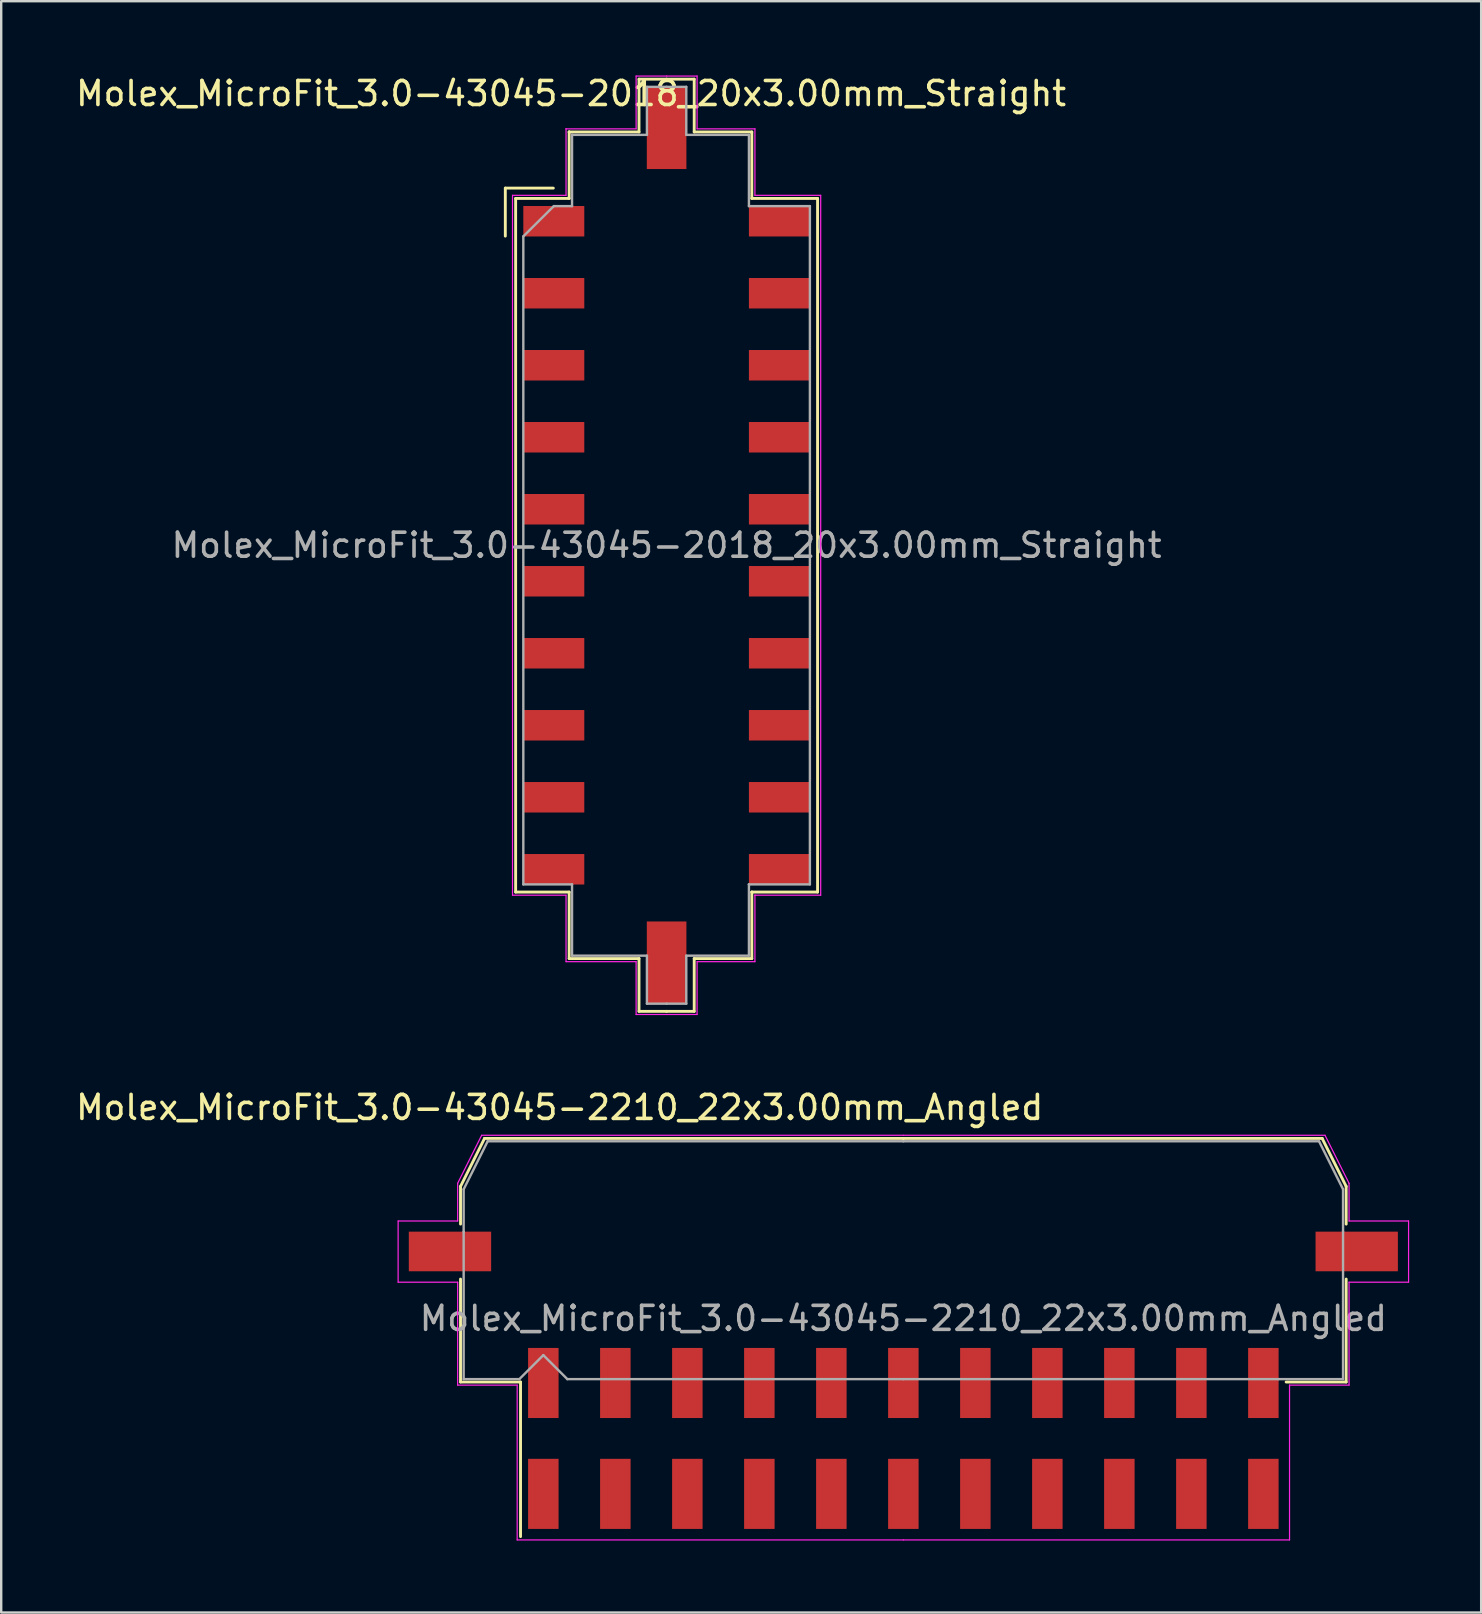
<source format=kicad_pcb>
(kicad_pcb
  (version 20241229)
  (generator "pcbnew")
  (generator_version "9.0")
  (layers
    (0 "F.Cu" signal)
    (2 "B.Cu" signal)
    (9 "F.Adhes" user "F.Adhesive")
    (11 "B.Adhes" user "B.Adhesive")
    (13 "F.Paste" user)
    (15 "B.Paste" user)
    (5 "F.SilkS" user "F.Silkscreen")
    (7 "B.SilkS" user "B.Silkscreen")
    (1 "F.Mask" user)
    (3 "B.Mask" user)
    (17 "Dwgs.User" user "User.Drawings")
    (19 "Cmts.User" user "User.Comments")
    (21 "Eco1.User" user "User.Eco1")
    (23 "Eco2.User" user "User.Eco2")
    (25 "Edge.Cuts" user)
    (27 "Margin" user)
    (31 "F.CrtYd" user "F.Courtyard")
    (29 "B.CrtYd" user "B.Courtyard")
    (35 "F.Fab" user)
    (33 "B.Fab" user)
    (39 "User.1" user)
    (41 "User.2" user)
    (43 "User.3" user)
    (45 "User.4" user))
  (footprint "Molex_MicroFit_3.0-43045-2018_20x3.00mm_Straight"
    (layer "F.Cu")
    (at 24.724 19.668)
    (property "Reference" "Molex_MicroFit_3.0-43045-2018_20x3.00mm_Straight" (at -3.98 -18.82 0) (layer "F.SilkS") (effects (font (size 1 1) (thickness 0.15))))
    (attr smd)
    (fp_line (start -6.72 -14.88) (end -6.72 -12.88) (stroke (width 0.12) (type solid)) (layer "F.SilkS"))
    (fp_line (start -6.29 -14.45) (end -4.06 -14.45) (stroke (width 0.12) (type solid)) (layer "F.SilkS"))
    (fp_line (start -6.29 14.45) (end -6.29 -14.45) (stroke (width 0.12) (type solid)) (layer "F.SilkS"))
    (fp_line (start -4.72 -14.88) (end -6.72 -14.88) (stroke (width 0.12) (type solid)) (layer "F.SilkS"))
    (fp_line (start -4.06 -17.22) (end -4.06 -17.22) (stroke (width 0.12) (type solid)) (layer "F.SilkS"))
    (fp_line (start -4.06 -17.22) (end -1.15 -17.22) (stroke (width 0.12) (type solid)) (layer "F.SilkS"))
    (fp_line (start -4.06 -14.45) (end -4.06 -17.22) (stroke (width 0.12) (type solid)) (layer "F.SilkS"))
    (fp_line (start -4.06 14.45) (end -6.29 14.45) (stroke (width 0.12) (type solid)) (layer "F.SilkS"))
    (fp_line (start -4.06 17.22) (end -4.06 14.45) (stroke (width 0.12) (type solid)) (layer "F.SilkS"))
    (fp_line (start -1.15 -19.42) (end 0 -19.42) (stroke (width 0.12) (type solid)) (layer "F.SilkS"))
    (fp_line (start -1.15 -17.22) (end -1.15 -19.42) (stroke (width 0.12) (type solid)) (layer "F.SilkS"))
    (fp_line (start -1.15 17.22) (end -4.06 17.22) (stroke (width 0.12) (type solid)) (layer "F.SilkS"))
    (fp_line (start -1.15 19.42) (end -1.15 17.22) (stroke (width 0.12) (type solid)) (layer "F.SilkS"))
    (fp_line (start 0 -19.42) (end 1.15 -19.42) (stroke (width 0.12) (type solid)) (layer "F.SilkS"))
    (fp_line (start 0 19.42) (end -1.15 19.42) (stroke (width 0.12) (type solid)) (layer "F.SilkS"))
    (fp_line (start 1.15 -19.42) (end 1.15 -17.22) (stroke (width 0.12) (type solid)) (layer "F.SilkS"))
    (fp_line (start 1.15 -17.22) (end 3.55 -17.22) (stroke (width 0.12) (type solid)) (layer "F.SilkS"))
    (fp_line (start 1.15 17.22) (end 1.15 19.42) (stroke (width 0.12) (type solid)) (layer "F.SilkS"))
    (fp_line (start 1.15 19.42) (end 0 19.42) (stroke (width 0.12) (type solid)) (layer "F.SilkS"))
    (fp_line (start 3.55 -17.22) (end 3.55 -14.45) (stroke (width 0.12) (type solid)) (layer "F.SilkS"))
    (fp_line (start 3.55 -14.45) (end 6.29 -14.45) (stroke (width 0.12) (type solid)) (layer "F.SilkS"))
    (fp_line (start 3.55 14.45) (end 3.55 14.45) (stroke (width 0.12) (type solid)) (layer "F.SilkS"))
    (fp_line (start 3.55 14.45) (end 3.55 17.22) (stroke (width 0.12) (type solid)) (layer "F.SilkS"))
    (fp_line (start 3.55 17.22) (end 1.15 17.22) (stroke (width 0.12) (type solid)) (layer "F.SilkS"))
    (fp_line (start 6.29 -14.45) (end 6.29 14.45) (stroke (width 0.12) (type solid)) (layer "F.SilkS"))
    (fp_line (start 6.29 14.45) (end 3.55 14.45) (stroke (width 0.12) (type solid)) (layer "F.SilkS"))
    (fp_line (start -6.42 -14.58) (end -4.19 -14.58) (stroke (width 0.05) (type solid)) (layer "F.CrtYd"))
    (fp_line (start -6.42 14.58) (end -6.42 -14.58) (stroke (width 0.05) (type solid)) (layer "F.CrtYd"))
    (fp_line (start -4.19 -17.35) (end -4.19 -17.35) (stroke (width 0.05) (type solid)) (layer "F.CrtYd"))
    (fp_line (start -4.19 -17.35) (end -1.27 -17.35) (stroke (width 0.05) (type solid)) (layer "F.CrtYd"))
    (fp_line (start -4.19 -14.58) (end -4.19 -17.35) (stroke (width 0.05) (type solid)) (layer "F.CrtYd"))
    (fp_line (start -4.19 14.58) (end -6.42 14.58) (stroke (width 0.05) (type solid)) (layer "F.CrtYd"))
    (fp_line (start -4.19 17.35) (end -4.19 14.58) (stroke (width 0.05) (type solid)) (layer "F.CrtYd"))
    (fp_line (start -1.27 -19.55) (end 0 -19.55) (stroke (width 0.05) (type solid)) (layer "F.CrtYd"))
    (fp_line (start -1.27 -17.35) (end -1.27 -19.55) (stroke (width 0.05) (type solid)) (layer "F.CrtYd"))
    (fp_line (start -1.27 17.35) (end -4.19 17.35) (stroke (width 0.05) (type solid)) (layer "F.CrtYd"))
    (fp_line (start -1.27 19.55) (end -1.27 17.35) (stroke (width 0.05) (type solid)) (layer "F.CrtYd"))
    (fp_line (start 0 -19.55) (end 1.27 -19.55) (stroke (width 0.05) (type solid)) (layer "F.CrtYd"))
    (fp_line (start 0 19.55) (end -1.27 19.55) (stroke (width 0.05) (type solid)) (layer "F.CrtYd"))
    (fp_line (start 1.27 -19.55) (end 1.27 -17.35) (stroke (width 0.05) (type solid)) (layer "F.CrtYd"))
    (fp_line (start 1.27 -17.35) (end 3.68 -17.35) (stroke (width 0.05) (type solid)) (layer "F.CrtYd"))
    (fp_line (start 1.27 17.35) (end 1.27 19.55) (stroke (width 0.05) (type solid)) (layer "F.CrtYd"))
    (fp_line (start 1.27 19.55) (end 0 19.55) (stroke (width 0.05) (type solid)) (layer "F.CrtYd"))
    (fp_line (start 3.68 -17.35) (end 3.68 -14.58) (stroke (width 0.05) (type solid)) (layer "F.CrtYd"))
    (fp_line (start 3.68 -14.58) (end 6.42 -14.58) (stroke (width 0.05) (type solid)) (layer "F.CrtYd"))
    (fp_line (start 3.68 14.58) (end 3.68 14.58) (stroke (width 0.05) (type solid)) (layer "F.CrtYd"))
    (fp_line (start 3.68 14.58) (end 3.68 17.35) (stroke (width 0.05) (type solid)) (layer "F.CrtYd"))
    (fp_line (start 3.68 17.35) (end 1.27 17.35) (stroke (width 0.05) (type solid)) (layer "F.CrtYd"))
    (fp_line (start 6.42 -14.58) (end 6.42 14.58) (stroke (width 0.05) (type solid)) (layer "F.CrtYd"))
    (fp_line (start 6.42 14.58) (end 3.68 14.58) (stroke (width 0.05) (type solid)) (layer "F.CrtYd"))
    (fp_line (start -5.97 -12.87) (end -4.7 -14.13) (stroke (width 0.1) (type solid)) (layer "F.Fab"))
    (fp_line (start -5.97 14.13) (end -5.97 -12.87) (stroke (width 0.1) (type solid)) (layer "F.Fab"))
    (fp_line (start -4.7 -14.13) (end -3.94 -14.13) (stroke (width 0.1) (type solid)) (layer "F.Fab"))
    (fp_line (start -3.94 -17.1) (end -3.94 -17.1) (stroke (width 0.1) (type solid)) (layer "F.Fab"))
    (fp_line (start -3.94 -17.1) (end -0.82 -17.1) (stroke (width 0.1) (type solid)) (layer "F.Fab"))
    (fp_line (start -3.94 -14.13) (end -3.94 -17.1) (stroke (width 0.1) (type solid)) (layer "F.Fab"))
    (fp_line (start -3.94 14.13) (end -5.97 14.13) (stroke (width 0.1) (type solid)) (layer "F.Fab"))
    (fp_line (start -3.94 17.1) (end -3.94 14.13) (stroke (width 0.1) (type solid)) (layer "F.Fab"))
    (fp_line (start -0.82 -19.1) (end 0 -19.1) (stroke (width 0.1) (type solid)) (layer "F.Fab"))
    (fp_line (start -0.82 -17.1) (end -0.82 -19.1) (stroke (width 0.1) (type solid)) (layer "F.Fab"))
    (fp_line (start -0.82 17.1) (end -3.94 17.1) (stroke (width 0.1) (type solid)) (layer "F.Fab"))
    (fp_line (start -0.82 19.1) (end -0.82 17.1) (stroke (width 0.1) (type solid)) (layer "F.Fab"))
    (fp_line (start 0 -19.1) (end 0.82 -19.1) (stroke (width 0.1) (type solid)) (layer "F.Fab"))
    (fp_line (start 0 19.1) (end -0.82 19.1) (stroke (width 0.1) (type solid)) (layer "F.Fab"))
    (fp_line (start 0.82 -19.1) (end 0.82 -17.1) (stroke (width 0.1) (type solid)) (layer "F.Fab"))
    (fp_line (start 0.82 -17.1) (end 3.43 -17.1) (stroke (width 0.1) (type solid)) (layer "F.Fab"))
    (fp_line (start 0.82 17.1) (end 0.82 19.1) (stroke (width 0.1) (type solid)) (layer "F.Fab"))
    (fp_line (start 0.82 19.1) (end 0 19.1) (stroke (width 0.1) (type solid)) (layer "F.Fab"))
    (fp_line (start 3.43 -17.1) (end 3.43 -14.13) (stroke (width 0.1) (type solid)) (layer "F.Fab"))
    (fp_line (start 3.43 -14.13) (end 5.97 -14.13) (stroke (width 0.1) (type solid)) (layer "F.Fab"))
    (fp_line (start 3.43 14.13) (end 3.43 14.13) (stroke (width 0.1) (type solid)) (layer "F.Fab"))
    (fp_line (start 3.43 14.13) (end 3.43 17.1) (stroke (width 0.1) (type solid)) (layer "F.Fab"))
    (fp_line (start 3.43 17.1) (end 0.82 17.1) (stroke (width 0.1) (type solid)) (layer "F.Fab"))
    (fp_line (start 5.97 -14.13) (end 5.97 14.13) (stroke (width 0.1) (type solid)) (layer "F.Fab"))
    (fp_line (start 5.97 14.13) (end 3.43 14.13) (stroke (width 0.1) (type solid)) (layer "F.Fab"))
    (fp_text user "${REFERENCE}" (at 0 0 0) (layer "F.Fab") (effects (font (size 1 1) (thickness 0.15))))
    (pad "" smd rect (at 0 -17.39) (size 1.65 3.43) (layers "F.Cu" "F.Mask" "F.Paste"))
    (pad "" smd rect (at 0 17.39) (size 1.65 3.43) (layers "F.Cu" "F.Mask" "F.Paste"))
    (pad "1" smd rect (at -4.7 -13.5) (size 2.54 1.27) (layers "F.Cu" "F.Mask" "F.Paste"))
    (pad "2" smd rect (at -4.7 -10.5) (size 2.54 1.27) (layers "F.Cu" "F.Mask" "F.Paste"))
    (pad "3" smd rect (at -4.7 -7.5) (size 2.54 1.27) (layers "F.Cu" "F.Mask" "F.Paste"))
    (pad "4" smd rect (at -4.7 -4.5) (size 2.54 1.27) (layers "F.Cu" "F.Mask" "F.Paste"))
    (pad "5" smd rect (at -4.7 -1.5) (size 2.54 1.27) (layers "F.Cu" "F.Mask" "F.Paste"))
    (pad "6" smd rect (at -4.7 1.5) (size 2.54 1.27) (layers "F.Cu" "F.Mask" "F.Paste"))
    (pad "7" smd rect (at -4.7 4.5) (size 2.54 1.27) (layers "F.Cu" "F.Mask" "F.Paste"))
    (pad "8" smd rect (at -4.7 7.5) (size 2.54 1.27) (layers "F.Cu" "F.Mask" "F.Paste"))
    (pad "9" smd rect (at -4.7 10.5) (size 2.54 1.27) (layers "F.Cu" "F.Mask" "F.Paste"))
    (pad "10" smd rect (at -4.7 13.5) (size 2.54 1.27) (layers "F.Cu" "F.Mask" "F.Paste"))
    (pad "11" smd rect (at 4.7 13.5) (size 2.54 1.27) (layers "F.Cu" "F.Mask" "F.Paste"))
    (pad "12" smd rect (at 4.7 10.5) (size 2.54 1.27) (layers "F.Cu" "F.Mask" "F.Paste"))
    (pad "13" smd rect (at 4.7 7.5) (size 2.54 1.27) (layers "F.Cu" "F.Mask" "F.Paste"))
    (pad "14" smd rect (at 4.7 4.5) (size 2.54 1.27) (layers "F.Cu" "F.Mask" "F.Paste"))
    (pad "15" smd rect (at 4.7 1.5) (size 2.54 1.27) (layers "F.Cu" "F.Mask" "F.Paste"))
    (pad "16" smd rect (at 4.7 -1.5) (size 2.54 1.27) (layers "F.Cu" "F.Mask" "F.Paste"))
    (pad "17" smd rect (at 4.7 -4.5) (size 2.54 1.27) (layers "F.Cu" "F.Mask" "F.Paste"))
    (pad "18" smd rect (at 4.7 -7.5) (size 2.54 1.27) (layers "F.Cu" "F.Mask" "F.Paste"))
    (pad "19" smd rect (at 4.7 -10.5) (size 2.54 1.27) (layers "F.Cu" "F.Mask" "F.Paste"))
    (pad "20" smd rect (at 4.7 -13.5) (size 2.54 1.27) (layers "F.Cu" "F.Mask" "F.Paste")))
  (footprint "Molex_MicroFit_3.0-43045-2210_22x3.00mm_Angled"
    (layer "F.Cu")
    (at 34.588 56.882)
    (property "Reference" "Molex_MicroFit_3.0-43045-2210_22x3.00mm_Angled" (at -14.32 -13.79 0) (layer "F.SilkS") (effects (font (size 1 1) (thickness 0.15))))
    (attr smd)
    (fp_line (start -18.45 -10.5) (end -18.45 -8.93) (stroke (width 0.12) (type solid)) (layer "F.SilkS"))
    (fp_line (start -18.45 -6.64) (end -18.45 -2.35) (stroke (width 0.12) (type solid)) (layer "F.SilkS"))
    (fp_line (start -18.45 -2.35) (end -15.95 -2.35) (stroke (width 0.12) (type solid)) (layer "F.SilkS"))
    (fp_line (start -17.45 -12.5) (end -18.45 -10.5) (stroke (width 0.12) (type solid)) (layer "F.SilkS"))
    (fp_line (start -15.95 -2.35) (end -15.95 4.09) (stroke (width 0.12) (type solid)) (layer "F.SilkS"))
    (fp_line (start 0 -12.5) (end -17.45 -12.5) (stroke (width 0.12) (type solid)) (layer "F.SilkS"))
    (fp_line (start 0 -12.5) (end 17.45 -12.5) (stroke (width 0.12) (type solid)) (layer "F.SilkS"))
    (fp_line (start 17.45 -12.5) (end 18.45 -10.5) (stroke (width 0.12) (type solid)) (layer "F.SilkS"))
    (fp_line (start 18.45 -10.5) (end 18.45 -8.93) (stroke (width 0.12) (type solid)) (layer "F.SilkS"))
    (fp_line (start 18.45 -6.64) (end 18.45 -2.35) (stroke (width 0.12) (type solid)) (layer "F.SilkS"))
    (fp_line (start 18.45 -2.35) (end 15.95 -2.35) (stroke (width 0.12) (type solid)) (layer "F.SilkS"))
    (fp_line (start -21.05 -9.06) (end -21.05 -6.51) (stroke (width 0.05) (type solid)) (layer "F.CrtYd"))
    (fp_line (start -21.05 -6.51) (end -18.57 -6.51) (stroke (width 0.05) (type solid)) (layer "F.CrtYd"))
    (fp_line (start -18.57 -10.63) (end -18.57 -9.06) (stroke (width 0.05) (type solid)) (layer "F.CrtYd"))
    (fp_line (start -18.57 -9.06) (end -21.05 -9.06) (stroke (width 0.05) (type solid)) (layer "F.CrtYd"))
    (fp_line (start -18.57 -6.51) (end -18.57 -2.22) (stroke (width 0.05) (type solid)) (layer "F.CrtYd"))
    (fp_line (start -18.57 -2.22) (end -16.09 -2.22) (stroke (width 0.05) (type solid)) (layer "F.CrtYd"))
    (fp_line (start -17.57 -12.63) (end -18.57 -10.63) (stroke (width 0.05) (type solid)) (layer "F.CrtYd"))
    (fp_line (start -16.09 -2.22) (end -16.09 4.23) (stroke (width 0.05) (type solid)) (layer "F.CrtYd"))
    (fp_line (start -16.09 4.23) (end 0 4.23) (stroke (width 0.05) (type solid)) (layer "F.CrtYd"))
    (fp_line (start 0 -12.63) (end -17.57 -12.63) (stroke (width 0.05) (type solid)) (layer "F.CrtYd"))
    (fp_line (start 0 -12.63) (end 17.57 -12.63) (stroke (width 0.05) (type solid)) (layer "F.CrtYd"))
    (fp_line (start 16.09 -2.22) (end 16.09 4.23) (stroke (width 0.05) (type solid)) (layer "F.CrtYd"))
    (fp_line (start 16.09 4.23) (end 0 4.23) (stroke (width 0.05) (type solid)) (layer "F.CrtYd"))
    (fp_line (start 17.57 -12.63) (end 18.57 -10.63) (stroke (width 0.05) (type solid)) (layer "F.CrtYd"))
    (fp_line (start 18.57 -10.63) (end 18.57 -9.06) (stroke (width 0.05) (type solid)) (layer "F.CrtYd"))
    (fp_line (start 18.57 -9.06) (end 21.05 -9.06) (stroke (width 0.05) (type solid)) (layer "F.CrtYd"))
    (fp_line (start 18.57 -6.51) (end 18.57 -2.22) (stroke (width 0.05) (type solid)) (layer "F.CrtYd"))
    (fp_line (start 18.57 -2.22) (end 16.09 -2.22) (stroke (width 0.05) (type solid)) (layer "F.CrtYd"))
    (fp_line (start 21.05 -9.06) (end 21.05 -6.51) (stroke (width 0.05) (type solid)) (layer "F.CrtYd"))
    (fp_line (start 21.05 -6.51) (end 18.57 -6.51) (stroke (width 0.05) (type solid)) (layer "F.CrtYd"))
    (fp_line (start -18.32 -10.38) (end -18.32 -8.61) (stroke (width 0.1) (type solid)) (layer "F.Fab"))
    (fp_line (start -18.32 -8.61) (end -18.32 -2.47) (stroke (width 0.1) (type solid)) (layer "F.Fab"))
    (fp_line (start -18.32 -2.47) (end -16 -2.47) (stroke (width 0.1) (type solid)) (layer "F.Fab"))
    (fp_line (start -17.32 -12.38) (end -18.32 -10.38) (stroke (width 0.1) (type solid)) (layer "F.Fab"))
    (fp_line (start -16 -2.47) (end -15 -3.47) (stroke (width 0.1) (type solid)) (layer "F.Fab"))
    (fp_line (start -15 -3.47) (end -14 -2.47) (stroke (width 0.1) (type solid)) (layer "F.Fab"))
    (fp_line (start -14 -2.47) (end 0 -2.47) (stroke (width 0.1) (type solid)) (layer "F.Fab"))
    (fp_line (start 0 -12.38) (end -17.32 -12.38) (stroke (width 0.1) (type solid)) (layer "F.Fab"))
    (fp_line (start 0 -12.38) (end 17.32 -12.38) (stroke (width 0.1) (type solid)) (layer "F.Fab"))
    (fp_line (start 15.63 -2.47) (end 0 -2.47) (stroke (width 0.1) (type solid)) (layer "F.Fab"))
    (fp_line (start 17.32 -12.38) (end 18.32 -10.38) (stroke (width 0.1) (type solid)) (layer "F.Fab"))
    (fp_line (start 18.32 -10.38) (end 18.32 -8.61) (stroke (width 0.1) (type solid)) (layer "F.Fab"))
    (fp_line (start 18.32 -8.61) (end 18.32 -2.47) (stroke (width 0.1) (type solid)) (layer "F.Fab"))
    (fp_line (start 18.32 -2.47) (end 15.63 -2.47) (stroke (width 0.1) (type solid)) (layer "F.Fab"))
    (fp_text user "${REFERENCE}" (at 0 -5 0) (layer "F.Fab") (effects (font (size 1 1) (thickness 0.15))))
    (pad "" smd rect (at -18.89 -7.79) (size 3.43 1.65) (layers "F.Cu" "F.Mask" "F.Paste"))
    (pad "" smd rect (at 18.89 -7.79) (size 3.43 1.65) (layers "F.Cu" "F.Mask" "F.Paste"))
    (pad "1" smd rect (at -15 -2.31) (size 1.27 2.92) (layers "F.Cu" "F.Mask" "F.Paste"))
    (pad "2" smd rect (at -12 -2.31) (size 1.27 2.92) (layers "F.Cu" "F.Mask" "F.Paste"))
    (pad "3" smd rect (at -9 -2.31) (size 1.27 2.92) (layers "F.Cu" "F.Mask" "F.Paste"))
    (pad "4" smd rect (at -6 -2.31) (size 1.27 2.92) (layers "F.Cu" "F.Mask" "F.Paste"))
    (pad "5" smd rect (at -3 -2.31) (size 1.27 2.92) (layers "F.Cu" "F.Mask" "F.Paste"))
    (pad "6" smd rect (at 0 -2.31) (size 1.27 2.92) (layers "F.Cu" "F.Mask" "F.Paste"))
    (pad "7" smd rect (at 3 -2.31) (size 1.27 2.92) (layers "F.Cu" "F.Mask" "F.Paste"))
    (pad "8" smd rect (at 6 -2.31) (size 1.27 2.92) (layers "F.Cu" "F.Mask" "F.Paste"))
    (pad "9" smd rect (at 9 -2.31) (size 1.27 2.92) (layers "F.Cu" "F.Mask" "F.Paste"))
    (pad "10" smd rect (at 12 -2.31) (size 1.27 2.92) (layers "F.Cu" "F.Mask" "F.Paste"))
    (pad "11" smd rect (at 15 -2.31) (size 1.27 2.92) (layers "F.Cu" "F.Mask" "F.Paste"))
    (pad "12" smd rect (at 15 2.31) (size 1.27 2.92) (layers "F.Cu" "F.Mask" "F.Paste"))
    (pad "13" smd rect (at 12 2.31) (size 1.27 2.92) (layers "F.Cu" "F.Mask" "F.Paste"))
    (pad "14" smd rect (at 9 2.31) (size 1.27 2.92) (layers "F.Cu" "F.Mask" "F.Paste"))
    (pad "15" smd rect (at 6 2.31) (size 1.27 2.92) (layers "F.Cu" "F.Mask" "F.Paste"))
    (pad "16" smd rect (at 3 2.31) (size 1.27 2.92) (layers "F.Cu" "F.Mask" "F.Paste"))
    (pad "17" smd rect (at 0 2.31) (size 1.27 2.92) (layers "F.Cu" "F.Mask" "F.Paste"))
    (pad "18" smd rect (at -3 2.31) (size 1.27 2.92) (layers "F.Cu" "F.Mask" "F.Paste"))
    (pad "19" smd rect (at -6 2.31) (size 1.27 2.92) (layers "F.Cu" "F.Mask" "F.Paste"))
    (pad "20" smd rect (at -9 2.31) (size 1.27 2.92) (layers "F.Cu" "F.Mask" "F.Paste"))
    (pad "21" smd rect (at -12 2.31) (size 1.27 2.92) (layers "F.Cu" "F.Mask" "F.Paste"))
    (pad "22" smd rect (at -15 2.31) (size 1.27 2.92) (layers "F.Cu" "F.Mask" "F.Paste")))
  (gr_rect
    (start -3 -3)
    (end 58.663 64.136)
    (stroke (width 0.1) (type default))
    (fill no)
    (layer "Edge.Cuts")))
</source>
